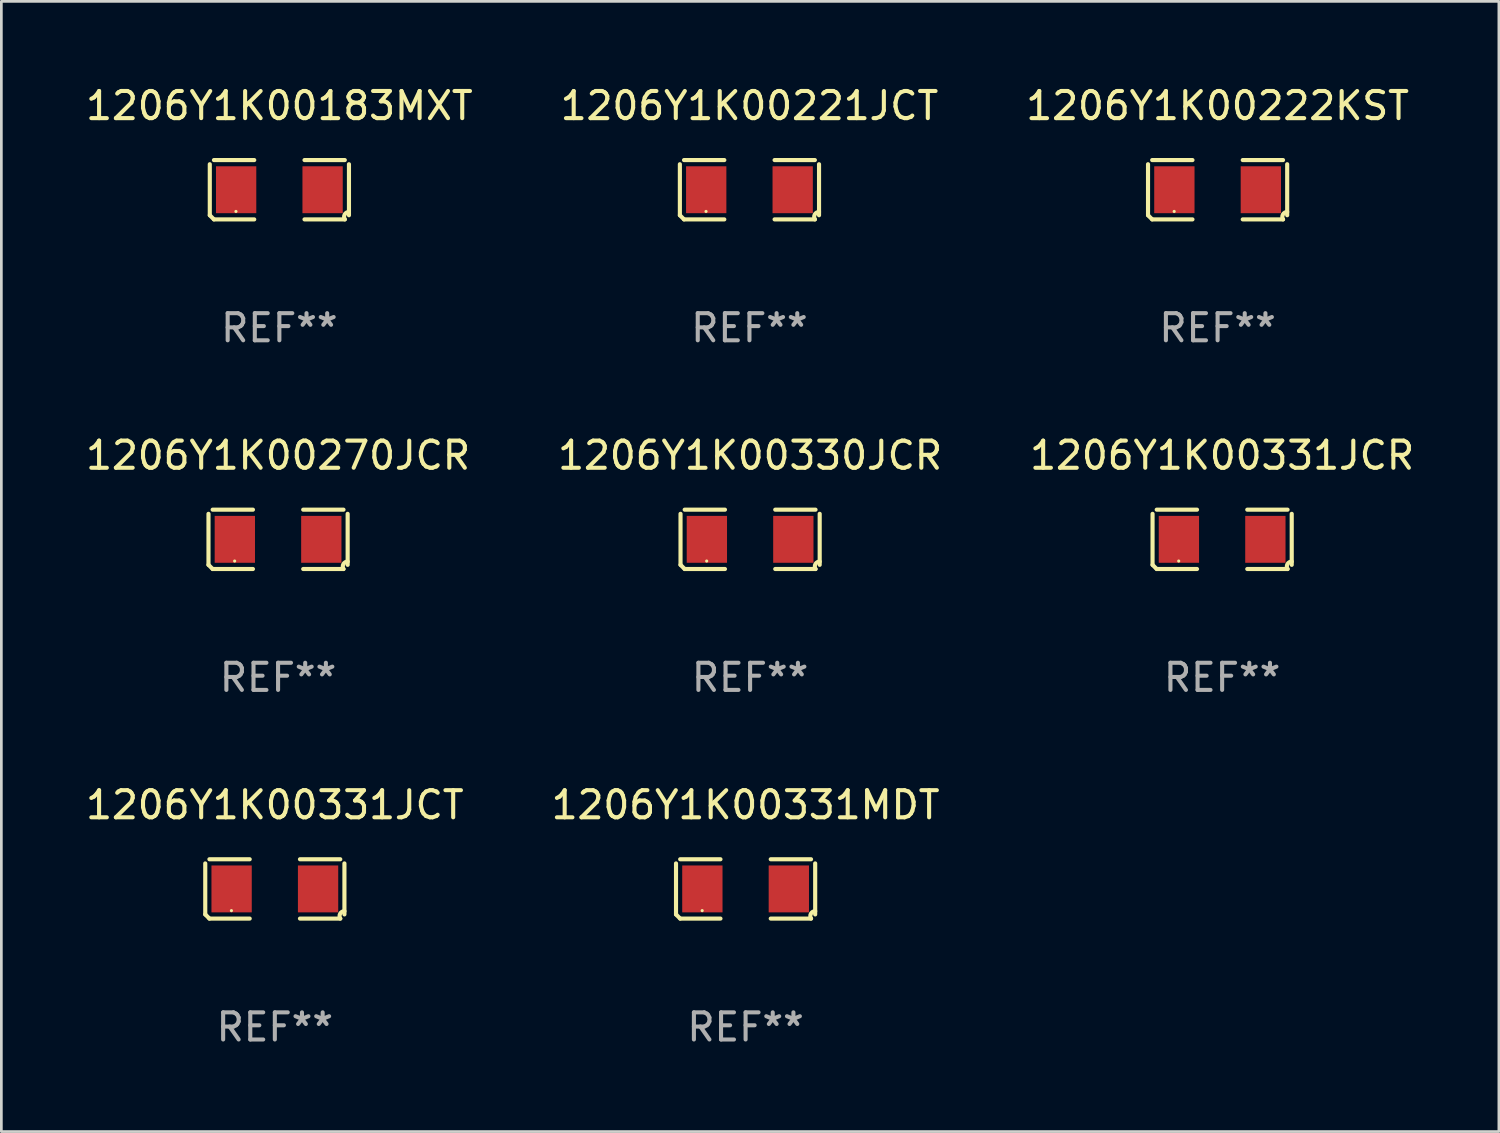
<source format=kicad_pcb>
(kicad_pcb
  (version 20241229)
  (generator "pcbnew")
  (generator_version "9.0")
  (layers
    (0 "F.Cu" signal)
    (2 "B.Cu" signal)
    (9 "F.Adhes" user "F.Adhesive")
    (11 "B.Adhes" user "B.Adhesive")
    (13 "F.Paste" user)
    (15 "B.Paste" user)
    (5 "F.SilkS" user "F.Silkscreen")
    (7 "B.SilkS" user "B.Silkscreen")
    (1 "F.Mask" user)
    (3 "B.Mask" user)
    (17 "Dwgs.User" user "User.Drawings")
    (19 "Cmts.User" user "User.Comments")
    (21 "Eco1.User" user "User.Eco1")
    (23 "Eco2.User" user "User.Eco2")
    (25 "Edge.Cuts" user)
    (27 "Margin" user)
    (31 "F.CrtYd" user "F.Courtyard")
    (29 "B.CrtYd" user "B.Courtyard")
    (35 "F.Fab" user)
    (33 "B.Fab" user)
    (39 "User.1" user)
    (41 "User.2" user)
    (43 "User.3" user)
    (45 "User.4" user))
  (footprint "1206Y1K00183MXT"
    (layer "F.Cu")
    (at 7.244 3.941)
    (property "Reference" "1206Y1K00183MXT" (at 0 -3.093 0) (layer "F.SilkS") (effects (font (size 1 1) (thickness 0.15))))
    (attr through_hole)
    (fp_line (start -2.564 0.94) (end -2.564 -0.94) (stroke (width 0.152) (type solid)) (layer "F.SilkS"))
    (fp_line (start -2.411 -1.093) (end -0.926 -1.093) (stroke (width 0.152) (type solid)) (layer "F.SilkS"))
    (fp_line (start -0.926 1.093) (end -2.411 1.093) (stroke (width 0.152) (type solid)) (layer "F.SilkS"))
    (fp_line (start 0.926 1.093) (end 2.411 1.093) (stroke (width 0.152) (type solid)) (layer "F.SilkS"))
    (fp_line (start 2.411 -1.093) (end 0.926 -1.093) (stroke (width 0.152) (type solid)) (layer "F.SilkS"))
    (fp_line (start 2.564 0.94) (end 2.564 -0.94) (stroke (width 0.152) (type solid)) (layer "F.SilkS"))
    (fp_arc (start -2.411201 1.092609) (mid -2.487413 1.01642) (end -2.563602 0.940208) (stroke (width 0.1524) (type solid)) (layer "F.SilkS"))
    (fp_arc (start 2.411201 1.092609) (mid 2.407159 0.911226) (end 2.563602 0.819347) (stroke (width 0.1524) (type solid)) (layer "F.SilkS"))
    (fp_circle (center -1.6 0.8) (end -1.57 0.8) (stroke (width 0.06) (type solid)) (fill no) (layer "F.SilkS"))
    (fp_text user "REF**" (at 0 5.093 0) (layer "F.Fab") (effects (font (size 1 1) (thickness 0.15))))
    (pad "1" smd rect (at -1.593 0) (size 1.485 1.728) (layers "F.Cu" "F.Mask" "F.Paste"))
    (pad "2" smd rect (at 1.593 0) (size 1.485 1.728) (layers "F.Cu" "F.Mask" "F.Paste")))
  (footprint "1206Y1K00221JCT"
    (layer "F.Cu")
    (at 24.565 3.941)
    (property "Reference" "1206Y1K00221JCT" (at 0 -3.093 0) (layer "F.SilkS") (effects (font (size 1 1) (thickness 0.15))))
    (attr through_hole)
    (fp_line (start -2.564 0.94) (end -2.564 -0.94) (stroke (width 0.152) (type solid)) (layer "F.SilkS"))
    (fp_line (start -2.411 -1.093) (end -0.926 -1.093) (stroke (width 0.152) (type solid)) (layer "F.SilkS"))
    (fp_line (start -0.926 1.093) (end -2.411 1.093) (stroke (width 0.152) (type solid)) (layer "F.SilkS"))
    (fp_line (start 0.926 1.093) (end 2.411 1.093) (stroke (width 0.152) (type solid)) (layer "F.SilkS"))
    (fp_line (start 2.411 -1.093) (end 0.926 -1.093) (stroke (width 0.152) (type solid)) (layer "F.SilkS"))
    (fp_line (start 2.564 0.94) (end 2.564 -0.94) (stroke (width 0.152) (type solid)) (layer "F.SilkS"))
    (fp_arc (start -2.411201 1.092609) (mid -2.487413 1.01642) (end -2.563602 0.940208) (stroke (width 0.1524) (type solid)) (layer "F.SilkS"))
    (fp_arc (start 2.411201 1.092609) (mid 2.407159 0.911226) (end 2.563602 0.819347) (stroke (width 0.1524) (type solid)) (layer "F.SilkS"))
    (fp_circle (center -1.6 0.8) (end -1.57 0.8) (stroke (width 0.06) (type solid)) (fill no) (layer "F.SilkS"))
    (fp_text user "REF**" (at 0 5.093 0) (layer "F.Fab") (effects (font (size 1 1) (thickness 0.15))))
    (pad "1" smd rect (at -1.593 0) (size 1.485 1.728) (layers "F.Cu" "F.Mask" "F.Paste"))
    (pad "2" smd rect (at 1.593 0) (size 1.485 1.728) (layers "F.Cu" "F.Mask" "F.Paste")))
  (footprint "1206Y1K00270JCR"
    (layer "F.Cu")
    (at 7.196 16.823)
    (property "Reference" "1206Y1K00270JCR" (at 0 -3.093 0) (layer "F.SilkS") (effects (font (size 1 1) (thickness 0.15))))
    (attr through_hole)
    (fp_line (start -2.564 0.94) (end -2.564 -0.94) (stroke (width 0.152) (type solid)) (layer "F.SilkS"))
    (fp_line (start -2.411 -1.093) (end -0.926 -1.093) (stroke (width 0.152) (type solid)) (layer "F.SilkS"))
    (fp_line (start -0.926 1.093) (end -2.411 1.093) (stroke (width 0.152) (type solid)) (layer "F.SilkS"))
    (fp_line (start 0.926 1.093) (end 2.411 1.093) (stroke (width 0.152) (type solid)) (layer "F.SilkS"))
    (fp_line (start 2.411 -1.093) (end 0.926 -1.093) (stroke (width 0.152) (type solid)) (layer "F.SilkS"))
    (fp_line (start 2.564 0.94) (end 2.564 -0.94) (stroke (width 0.152) (type solid)) (layer "F.SilkS"))
    (fp_arc (start -2.411201 1.092609) (mid -2.487413 1.01642) (end -2.563602 0.940208) (stroke (width 0.1524) (type solid)) (layer "F.SilkS"))
    (fp_arc (start 2.411201 1.092609) (mid 2.407159 0.911226) (end 2.563602 0.819347) (stroke (width 0.1524) (type solid)) (layer "F.SilkS"))
    (fp_circle (center -1.6 0.8) (end -1.57 0.8) (stroke (width 0.06) (type solid)) (fill no) (layer "F.SilkS"))
    (fp_text user "REF**" (at 0 5.093 0) (layer "F.Fab") (effects (font (size 1 1) (thickness 0.15))))
    (pad "1" smd rect (at -1.593 0) (size 1.485 1.728) (layers "F.Cu" "F.Mask" "F.Paste"))
    (pad "2" smd rect (at 1.593 0) (size 1.485 1.728) (layers "F.Cu" "F.Mask" "F.Paste")))
  (footprint "1206Y1K00222KST"
    (layer "F.Cu")
    (at 41.815 3.941)
    (property "Reference" "1206Y1K00222KST" (at 0 -3.093 0) (layer "F.SilkS") (effects (font (size 1 1) (thickness 0.15))))
    (attr through_hole)
    (fp_line (start -2.564 0.94) (end -2.564 -0.94) (stroke (width 0.152) (type solid)) (layer "F.SilkS"))
    (fp_line (start -2.411 -1.093) (end -0.926 -1.093) (stroke (width 0.152) (type solid)) (layer "F.SilkS"))
    (fp_line (start -0.926 1.093) (end -2.411 1.093) (stroke (width 0.152) (type solid)) (layer "F.SilkS"))
    (fp_line (start 0.926 1.093) (end 2.411 1.093) (stroke (width 0.152) (type solid)) (layer "F.SilkS"))
    (fp_line (start 2.411 -1.093) (end 0.926 -1.093) (stroke (width 0.152) (type solid)) (layer "F.SilkS"))
    (fp_line (start 2.564 0.94) (end 2.564 -0.94) (stroke (width 0.152) (type solid)) (layer "F.SilkS"))
    (fp_arc (start -2.411201 1.092609) (mid -2.487413 1.01642) (end -2.563602 0.940208) (stroke (width 0.1524) (type solid)) (layer "F.SilkS"))
    (fp_arc (start 2.411201 1.092609) (mid 2.407159 0.911226) (end 2.563602 0.819347) (stroke (width 0.1524) (type solid)) (layer "F.SilkS"))
    (fp_circle (center -1.6 0.8) (end -1.57 0.8) (stroke (width 0.06) (type solid)) (fill no) (layer "F.SilkS"))
    (fp_text user "REF**" (at 0 5.093 0) (layer "F.Fab") (effects (font (size 1 1) (thickness 0.15))))
    (pad "1" smd rect (at -1.593 0) (size 1.485 1.728) (layers "F.Cu" "F.Mask" "F.Paste"))
    (pad "2" smd rect (at 1.593 0) (size 1.485 1.728) (layers "F.Cu" "F.Mask" "F.Paste")))
  (footprint "1206Y1K00330JCR"
    (layer "F.Cu")
    (at 24.589 16.823)
    (property "Reference" "1206Y1K00330JCR" (at 0 -3.093 0) (layer "F.SilkS") (effects (font (size 1 1) (thickness 0.15))))
    (attr through_hole)
    (fp_line (start -2.564 0.94) (end -2.564 -0.94) (stroke (width 0.152) (type solid)) (layer "F.SilkS"))
    (fp_line (start -2.411 -1.093) (end -0.926 -1.093) (stroke (width 0.152) (type solid)) (layer "F.SilkS"))
    (fp_line (start -0.926 1.093) (end -2.411 1.093) (stroke (width 0.152) (type solid)) (layer "F.SilkS"))
    (fp_line (start 0.926 1.093) (end 2.411 1.093) (stroke (width 0.152) (type solid)) (layer "F.SilkS"))
    (fp_line (start 2.411 -1.093) (end 0.926 -1.093) (stroke (width 0.152) (type solid)) (layer "F.SilkS"))
    (fp_line (start 2.564 0.94) (end 2.564 -0.94) (stroke (width 0.152) (type solid)) (layer "F.SilkS"))
    (fp_arc (start -2.411201 1.092609) (mid -2.487413 1.01642) (end -2.563602 0.940208) (stroke (width 0.1524) (type solid)) (layer "F.SilkS"))
    (fp_arc (start 2.411201 1.092609) (mid 2.407159 0.911226) (end 2.563602 0.819347) (stroke (width 0.1524) (type solid)) (layer "F.SilkS"))
    (fp_circle (center -1.6 0.8) (end -1.57 0.8) (stroke (width 0.06) (type solid)) (fill no) (layer "F.SilkS"))
    (fp_text user "REF**" (at 0 5.093 0) (layer "F.Fab") (effects (font (size 1 1) (thickness 0.15))))
    (pad "1" smd rect (at -1.593 0) (size 1.485 1.728) (layers "F.Cu" "F.Mask" "F.Paste"))
    (pad "2" smd rect (at 1.593 0) (size 1.485 1.728) (layers "F.Cu" "F.Mask" "F.Paste")))
  (footprint "1206Y1K00331MDT"
    (layer "F.Cu")
    (at 24.423 29.704)
    (property "Reference" "1206Y1K00331MDT" (at 0 -3.093 0) (layer "F.SilkS") (effects (font (size 1 1) (thickness 0.15))))
    (attr through_hole)
    (fp_line (start -2.564 0.94) (end -2.564 -0.94) (stroke (width 0.152) (type solid)) (layer "F.SilkS"))
    (fp_line (start -2.411 -1.093) (end -0.926 -1.093) (stroke (width 0.152) (type solid)) (layer "F.SilkS"))
    (fp_line (start -0.926 1.093) (end -2.411 1.093) (stroke (width 0.152) (type solid)) (layer "F.SilkS"))
    (fp_line (start 0.926 1.093) (end 2.411 1.093) (stroke (width 0.152) (type solid)) (layer "F.SilkS"))
    (fp_line (start 2.411 -1.093) (end 0.926 -1.093) (stroke (width 0.152) (type solid)) (layer "F.SilkS"))
    (fp_line (start 2.564 0.94) (end 2.564 -0.94) (stroke (width 0.152) (type solid)) (layer "F.SilkS"))
    (fp_arc (start -2.411201 1.092609) (mid -2.487413 1.01642) (end -2.563602 0.940208) (stroke (width 0.1524) (type solid)) (layer "F.SilkS"))
    (fp_arc (start 2.411201 1.092609) (mid 2.407159 0.911226) (end 2.563602 0.819347) (stroke (width 0.1524) (type solid)) (layer "F.SilkS"))
    (fp_circle (center -1.6 0.8) (end -1.57 0.8) (stroke (width 0.06) (type solid)) (fill no) (layer "F.SilkS"))
    (fp_text user "REF**" (at 0 5.093 0) (layer "F.Fab") (effects (font (size 1 1) (thickness 0.15))))
    (pad "1" smd rect (at -1.593 0) (size 1.485 1.728) (layers "F.Cu" "F.Mask" "F.Paste"))
    (pad "2" smd rect (at 1.593 0) (size 1.485 1.728) (layers "F.Cu" "F.Mask" "F.Paste")))
  (footprint "1206Y1K00331JCR"
    (layer "F.Cu")
    (at 41.982 16.823)
    (property "Reference" "1206Y1K00331JCR" (at 0 -3.093 0) (layer "F.SilkS") (effects (font (size 1 1) (thickness 0.15))))
    (attr through_hole)
    (fp_line (start -2.564 0.94) (end -2.564 -0.94) (stroke (width 0.152) (type solid)) (layer "F.SilkS"))
    (fp_line (start -2.411 -1.093) (end -0.926 -1.093) (stroke (width 0.152) (type solid)) (layer "F.SilkS"))
    (fp_line (start -0.926 1.093) (end -2.411 1.093) (stroke (width 0.152) (type solid)) (layer "F.SilkS"))
    (fp_line (start 0.926 1.093) (end 2.411 1.093) (stroke (width 0.152) (type solid)) (layer "F.SilkS"))
    (fp_line (start 2.411 -1.093) (end 0.926 -1.093) (stroke (width 0.152) (type solid)) (layer "F.SilkS"))
    (fp_line (start 2.564 0.94) (end 2.564 -0.94) (stroke (width 0.152) (type solid)) (layer "F.SilkS"))
    (fp_arc (start -2.411201 1.092609) (mid -2.487413 1.01642) (end -2.563602 0.940208) (stroke (width 0.1524) (type solid)) (layer "F.SilkS"))
    (fp_arc (start 2.411201 1.092609) (mid 2.407159 0.911226) (end 2.563602 0.819347) (stroke (width 0.1524) (type solid)) (layer "F.SilkS"))
    (fp_circle (center -1.6 0.8) (end -1.57 0.8) (stroke (width 0.06) (type solid)) (fill no) (layer "F.SilkS"))
    (fp_text user "REF**" (at 0 5.093 0) (layer "F.Fab") (effects (font (size 1 1) (thickness 0.15))))
    (pad "1" smd rect (at -1.593 0) (size 1.485 1.728) (layers "F.Cu" "F.Mask" "F.Paste"))
    (pad "2" smd rect (at 1.593 0) (size 1.485 1.728) (layers "F.Cu" "F.Mask" "F.Paste")))
  (footprint "1206Y1K00331JCT"
    (layer "F.Cu")
    (at 7.077 29.704)
    (property "Reference" "1206Y1K00331JCT" (at 0 -3.093 0) (layer "F.SilkS") (effects (font (size 1 1) (thickness 0.15))))
    (attr through_hole)
    (fp_line (start -2.564 0.94) (end -2.564 -0.94) (stroke (width 0.152) (type solid)) (layer "F.SilkS"))
    (fp_line (start -2.411 -1.093) (end -0.926 -1.093) (stroke (width 0.152) (type solid)) (layer "F.SilkS"))
    (fp_line (start -0.926 1.093) (end -2.411 1.093) (stroke (width 0.152) (type solid)) (layer "F.SilkS"))
    (fp_line (start 0.926 1.093) (end 2.411 1.093) (stroke (width 0.152) (type solid)) (layer "F.SilkS"))
    (fp_line (start 2.411 -1.093) (end 0.926 -1.093) (stroke (width 0.152) (type solid)) (layer "F.SilkS"))
    (fp_line (start 2.564 0.94) (end 2.564 -0.94) (stroke (width 0.152) (type solid)) (layer "F.SilkS"))
    (fp_arc (start -2.411201 1.092609) (mid -2.487413 1.01642) (end -2.563602 0.940208) (stroke (width 0.1524) (type solid)) (layer "F.SilkS"))
    (fp_arc (start 2.411201 1.092609) (mid 2.407159 0.911226) (end 2.563602 0.819347) (stroke (width 0.1524) (type solid)) (layer "F.SilkS"))
    (fp_circle (center -1.6 0.8) (end -1.57 0.8) (stroke (width 0.06) (type solid)) (fill no) (layer "F.SilkS"))
    (fp_text user "REF**" (at 0 5.093 0) (layer "F.Fab") (effects (font (size 1 1) (thickness 0.15))))
    (pad "1" smd rect (at -1.593 0) (size 1.485 1.728) (layers "F.Cu" "F.Mask" "F.Paste"))
    (pad "2" smd rect (at 1.593 0) (size 1.485 1.728) (layers "F.Cu" "F.Mask" "F.Paste")))
  (gr_rect
    (start -3 -3)
    (end 52.179 38.645)
    (stroke (width 0.1) (type default))
    (fill no)
    (layer "Edge.Cuts")))
</source>
